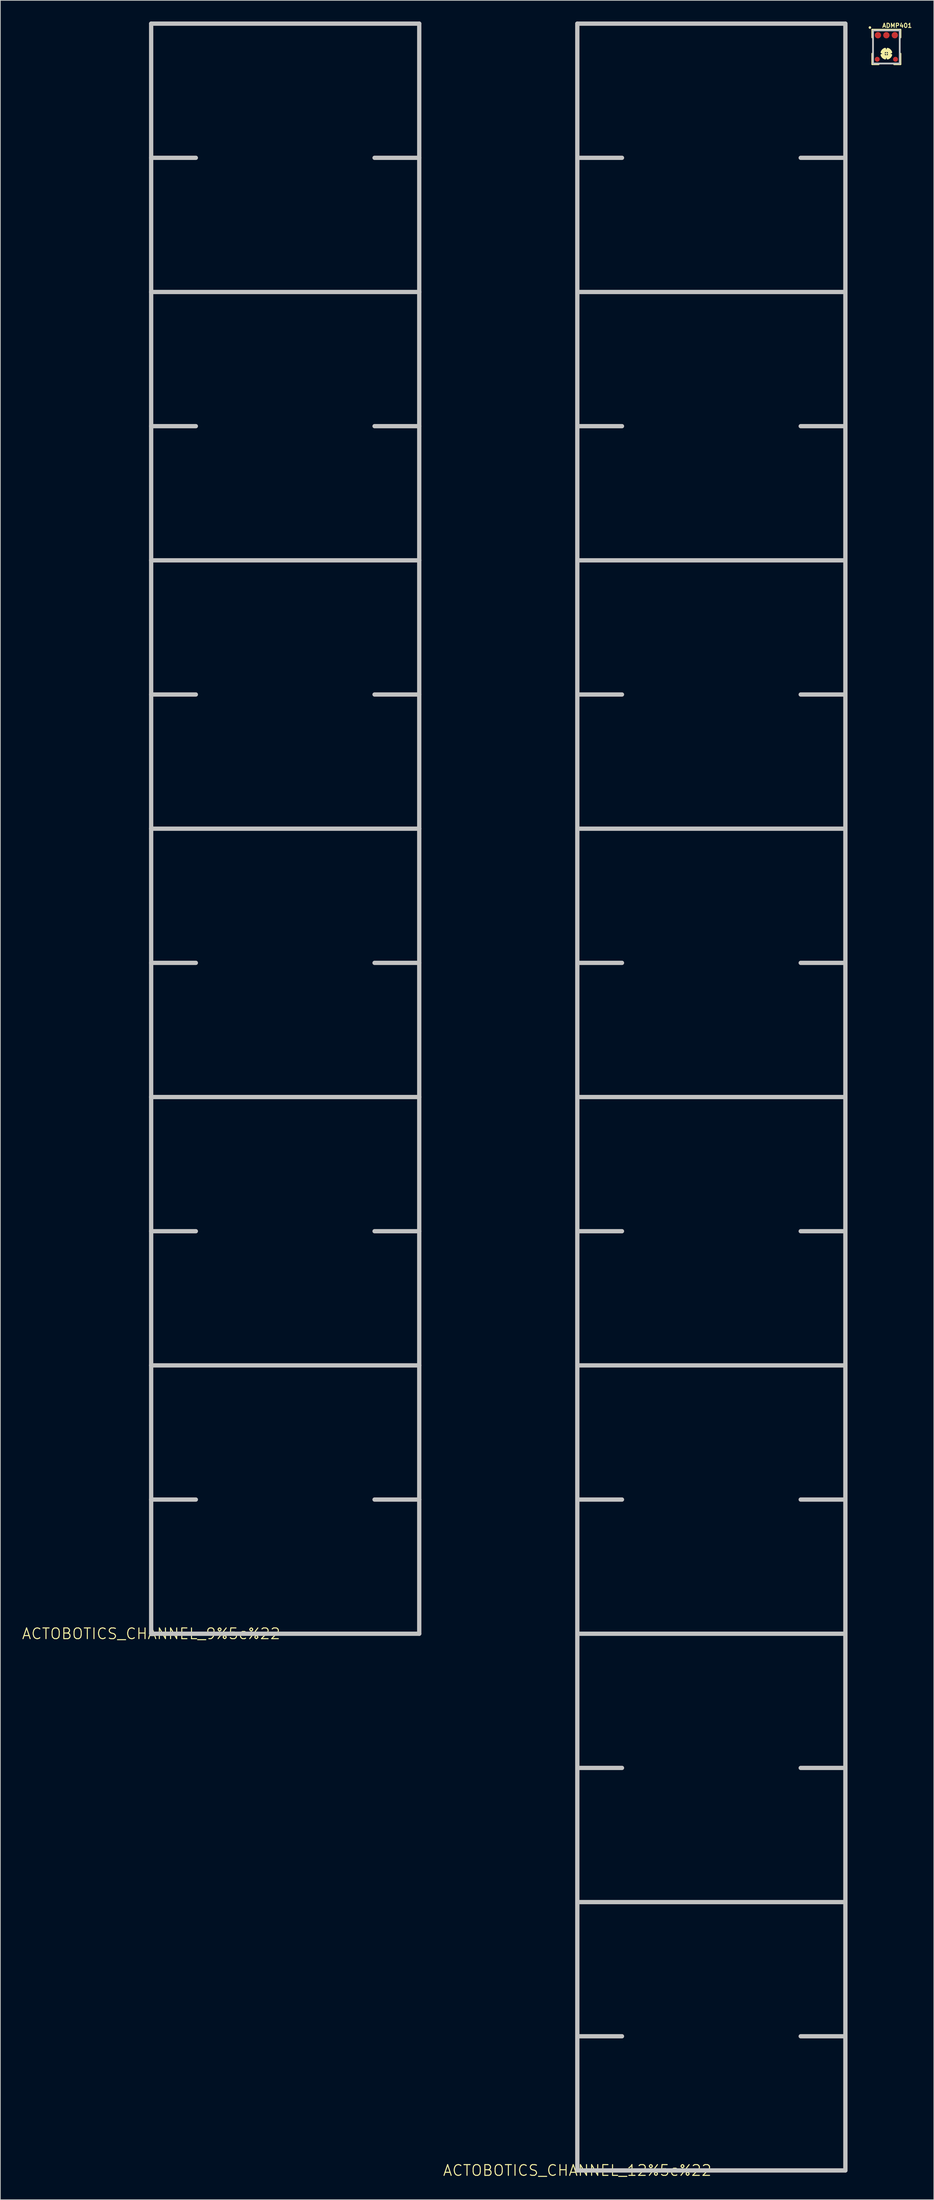
<source format=kicad_pcb>
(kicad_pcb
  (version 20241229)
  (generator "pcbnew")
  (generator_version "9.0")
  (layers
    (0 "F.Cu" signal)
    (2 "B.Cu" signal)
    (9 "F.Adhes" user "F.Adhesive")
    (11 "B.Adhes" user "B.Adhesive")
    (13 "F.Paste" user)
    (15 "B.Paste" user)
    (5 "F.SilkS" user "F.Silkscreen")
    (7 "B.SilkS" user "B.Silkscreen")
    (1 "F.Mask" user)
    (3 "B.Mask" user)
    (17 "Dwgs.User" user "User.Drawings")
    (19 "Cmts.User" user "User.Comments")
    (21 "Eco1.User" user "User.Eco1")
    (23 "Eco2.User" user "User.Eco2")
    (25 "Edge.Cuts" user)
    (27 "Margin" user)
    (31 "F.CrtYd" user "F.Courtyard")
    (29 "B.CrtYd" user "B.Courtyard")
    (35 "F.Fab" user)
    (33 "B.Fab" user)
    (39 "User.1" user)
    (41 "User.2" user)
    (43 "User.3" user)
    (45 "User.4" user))
  (footprint "ACTOBOTICS_CHANNEL_9%5c%22"
    (layer "F.Cu")
    (at 18.433 228.905)
    (property "Reference" "ACTOBOTICS_CHANNEL_9%5c%22" (at 0 0 0) (layer "F.SilkS") (effects (font (size 1.524 1.524) (thickness 0.15))))
    (attr exclude_from_pos_files exclude_from_bom)
    (fp_line (start 0 -228.6) (end 0 -190.5) (stroke (width 0.61) (type solid)) (layer "Dwgs.User"))
    (fp_line (start 0 -209.55) (end 6.35 -209.55) (stroke (width 0.61) (type solid)) (layer "Dwgs.User"))
    (fp_line (start 0 -190.5) (end 0 -152.4) (stroke (width 0.61) (type solid)) (layer "Dwgs.User"))
    (fp_line (start 0 -190.5) (end 38.1 -190.5) (stroke (width 0.61) (type solid)) (layer "Dwgs.User"))
    (fp_line (start 0 -171.45) (end 6.35 -171.45) (stroke (width 0.61) (type solid)) (layer "Dwgs.User"))
    (fp_line (start 0 -152.4) (end 0 -114.3) (stroke (width 0.61) (type solid)) (layer "Dwgs.User"))
    (fp_line (start 0 -152.4) (end 38.1 -152.4) (stroke (width 0.61) (type solid)) (layer "Dwgs.User"))
    (fp_line (start 0 -133.35) (end 6.35 -133.35) (stroke (width 0.61) (type solid)) (layer "Dwgs.User"))
    (fp_line (start 0 -114.3) (end 0 -76.2) (stroke (width 0.61) (type solid)) (layer "Dwgs.User"))
    (fp_line (start 0 -114.3) (end 38.1 -114.3) (stroke (width 0.61) (type solid)) (layer "Dwgs.User"))
    (fp_line (start 0 -95.25) (end 6.35 -95.25) (stroke (width 0.61) (type solid)) (layer "Dwgs.User"))
    (fp_line (start 0 -76.2) (end 0 -57.15) (stroke (width 0.61) (type solid)) (layer "Dwgs.User"))
    (fp_line (start 0 -76.2) (end 38.1 -76.2) (stroke (width 0.61) (type solid)) (layer "Dwgs.User"))
    (fp_line (start 0 -57.15) (end 0 -38.1) (stroke (width 0.61) (type solid)) (layer "Dwgs.User"))
    (fp_line (start 0 -57.15) (end 6.35 -57.15) (stroke (width 0.61) (type solid)) (layer "Dwgs.User"))
    (fp_line (start 0 -38.1) (end 0 -19.05) (stroke (width 0.61) (type solid)) (layer "Dwgs.User"))
    (fp_line (start 0 -38.1) (end 38.1 -38.1) (stroke (width 0.61) (type solid)) (layer "Dwgs.User"))
    (fp_line (start 0 -19.05) (end 0 0) (stroke (width 0.61) (type solid)) (layer "Dwgs.User"))
    (fp_line (start 0 -19.05) (end 6.35 -19.05) (stroke (width 0.61) (type solid)) (layer "Dwgs.User"))
    (fp_line (start 0 0) (end 38.1 0) (stroke (width 0.61) (type solid)) (layer "Dwgs.User"))
    (fp_line (start 38.1 -228.6) (end 0 -228.6) (stroke (width 0.61) (type solid)) (layer "Dwgs.User"))
    (fp_line (start 38.1 -209.55) (end 31.75 -209.55) (stroke (width 0.61) (type solid)) (layer "Dwgs.User"))
    (fp_line (start 38.1 -190.5) (end 38.1 -228.6) (stroke (width 0.61) (type solid)) (layer "Dwgs.User"))
    (fp_line (start 38.1 -171.45) (end 31.75 -171.45) (stroke (width 0.61) (type solid)) (layer "Dwgs.User"))
    (fp_line (start 38.1 -152.4) (end 38.1 -190.5) (stroke (width 0.61) (type solid)) (layer "Dwgs.User"))
    (fp_line (start 38.1 -133.35) (end 31.75 -133.35) (stroke (width 0.61) (type solid)) (layer "Dwgs.User"))
    (fp_line (start 38.1 -114.3) (end 38.1 -152.4) (stroke (width 0.61) (type solid)) (layer "Dwgs.User"))
    (fp_line (start 38.1 -95.25) (end 31.75 -95.25) (stroke (width 0.61) (type solid)) (layer "Dwgs.User"))
    (fp_line (start 38.1 -76.2) (end 38.1 -114.3) (stroke (width 0.61) (type solid)) (layer "Dwgs.User"))
    (fp_line (start 38.1 -57.15) (end 31.75 -57.15) (stroke (width 0.61) (type solid)) (layer "Dwgs.User"))
    (fp_line (start 38.1 -57.15) (end 38.1 -76.2) (stroke (width 0.61) (type solid)) (layer "Dwgs.User"))
    (fp_line (start 38.1 -38.1) (end 38.1 -57.15) (stroke (width 0.61) (type solid)) (layer "Dwgs.User"))
    (fp_line (start 38.1 -19.05) (end 31.75 -19.05) (stroke (width 0.61) (type solid)) (layer "Dwgs.User"))
    (fp_line (start 38.1 -19.05) (end 38.1 -38.1) (stroke (width 0.61) (type solid)) (layer "Dwgs.User"))
    (fp_line (start 38.1 0) (end 38.1 -19.05) (stroke (width 0.61) (type solid)) (layer "Dwgs.User")))
  (footprint "ACTOBOTICS_CHANNEL_12%5c%22"
    (layer "F.Cu")
    (at 78.997 305.105)
    (property "Reference" "ACTOBOTICS_CHANNEL_12%5c%22" (at 0 0 0) (layer "F.SilkS") (effects (font (size 1.524 1.524) (thickness 0.15))))
    (attr exclude_from_pos_files exclude_from_bom)
    (fp_line (start 0 -304.8) (end 0 -190.5) (stroke (width 0.61) (type solid)) (layer "Dwgs.User"))
    (fp_line (start 0 -285.75) (end 6.35 -285.75) (stroke (width 0.61) (type solid)) (layer "Dwgs.User"))
    (fp_line (start 0 -266.7) (end 38.1 -266.7) (stroke (width 0.61) (type solid)) (layer "Dwgs.User"))
    (fp_line (start 0 -247.65) (end 6.35 -247.65) (stroke (width 0.61) (type solid)) (layer "Dwgs.User"))
    (fp_line (start 0 -228.6) (end 38.1 -228.6) (stroke (width 0.61) (type solid)) (layer "Dwgs.User"))
    (fp_line (start 0 -209.55) (end 6.35 -209.55) (stroke (width 0.61) (type solid)) (layer "Dwgs.User"))
    (fp_line (start 0 -190.5) (end 0 -152.4) (stroke (width 0.61) (type solid)) (layer "Dwgs.User"))
    (fp_line (start 0 -190.5) (end 38.1 -190.5) (stroke (width 0.61) (type solid)) (layer "Dwgs.User"))
    (fp_line (start 0 -171.45) (end 6.35 -171.45) (stroke (width 0.61) (type solid)) (layer "Dwgs.User"))
    (fp_line (start 0 -152.4) (end 0 -114.3) (stroke (width 0.61) (type solid)) (layer "Dwgs.User"))
    (fp_line (start 0 -152.4) (end 38.1 -152.4) (stroke (width 0.61) (type solid)) (layer "Dwgs.User"))
    (fp_line (start 0 -133.35) (end 6.35 -133.35) (stroke (width 0.61) (type solid)) (layer "Dwgs.User"))
    (fp_line (start 0 -114.3) (end 0 -76.2) (stroke (width 0.61) (type solid)) (layer "Dwgs.User"))
    (fp_line (start 0 -114.3) (end 38.1 -114.3) (stroke (width 0.61) (type solid)) (layer "Dwgs.User"))
    (fp_line (start 0 -95.25) (end 6.35 -95.25) (stroke (width 0.61) (type solid)) (layer "Dwgs.User"))
    (fp_line (start 0 -76.2) (end 0 -57.15) (stroke (width 0.61) (type solid)) (layer "Dwgs.User"))
    (fp_line (start 0 -76.2) (end 38.1 -76.2) (stroke (width 0.61) (type solid)) (layer "Dwgs.User"))
    (fp_line (start 0 -57.15) (end 0 -38.1) (stroke (width 0.61) (type solid)) (layer "Dwgs.User"))
    (fp_line (start 0 -57.15) (end 6.35 -57.15) (stroke (width 0.61) (type solid)) (layer "Dwgs.User"))
    (fp_line (start 0 -38.1) (end 0 -19.05) (stroke (width 0.61) (type solid)) (layer "Dwgs.User"))
    (fp_line (start 0 -38.1) (end 38.1 -38.1) (stroke (width 0.61) (type solid)) (layer "Dwgs.User"))
    (fp_line (start 0 -19.05) (end 0 0) (stroke (width 0.61) (type solid)) (layer "Dwgs.User"))
    (fp_line (start 0 -19.05) (end 6.35 -19.05) (stroke (width 0.61) (type solid)) (layer "Dwgs.User"))
    (fp_line (start 0 0) (end 38.1 0) (stroke (width 0.61) (type solid)) (layer "Dwgs.User"))
    (fp_line (start 38.1 -304.8) (end 0 -304.8) (stroke (width 0.61) (type solid)) (layer "Dwgs.User"))
    (fp_line (start 38.1 -285.75) (end 31.75 -285.75) (stroke (width 0.61) (type solid)) (layer "Dwgs.User"))
    (fp_line (start 38.1 -247.65) (end 31.75 -247.65) (stroke (width 0.61) (type solid)) (layer "Dwgs.User"))
    (fp_line (start 38.1 -209.55) (end 31.75 -209.55) (stroke (width 0.61) (type solid)) (layer "Dwgs.User"))
    (fp_line (start 38.1 -190.5) (end 38.1 -304.8) (stroke (width 0.61) (type solid)) (layer "Dwgs.User"))
    (fp_line (start 38.1 -171.45) (end 31.75 -171.45) (stroke (width 0.61) (type solid)) (layer "Dwgs.User"))
    (fp_line (start 38.1 -152.4) (end 38.1 -190.5) (stroke (width 0.61) (type solid)) (layer "Dwgs.User"))
    (fp_line (start 38.1 -133.35) (end 31.75 -133.35) (stroke (width 0.61) (type solid)) (layer "Dwgs.User"))
    (fp_line (start 38.1 -114.3) (end 38.1 -152.4) (stroke (width 0.61) (type solid)) (layer "Dwgs.User"))
    (fp_line (start 38.1 -95.25) (end 31.75 -95.25) (stroke (width 0.61) (type solid)) (layer "Dwgs.User"))
    (fp_line (start 38.1 -76.2) (end 38.1 -114.3) (stroke (width 0.61) (type solid)) (layer "Dwgs.User"))
    (fp_line (start 38.1 -57.15) (end 31.75 -57.15) (stroke (width 0.61) (type solid)) (layer "Dwgs.User"))
    (fp_line (start 38.1 -57.15) (end 38.1 -76.2) (stroke (width 0.61) (type solid)) (layer "Dwgs.User"))
    (fp_line (start 38.1 -38.1) (end 38.1 -57.15) (stroke (width 0.61) (type solid)) (layer "Dwgs.User"))
    (fp_line (start 38.1 -19.05) (end 31.75 -19.05) (stroke (width 0.61) (type solid)) (layer "Dwgs.User"))
    (fp_line (start 38.1 -19.05) (end 38.1 -38.1) (stroke (width 0.61) (type solid)) (layer "Dwgs.User"))
    (fp_line (start 38.1 0) (end 38.1 -19.05) (stroke (width 0.61) (type solid)) (layer "Dwgs.User")))
  (footprint "ADMP401"
    (layer "F.Cu")
    (at 122.921 4.567)
    (property "Reference" "ADMP401" (at 1.524 -3.988 0) (layer "F.SilkS") (effects (font (size 0.61 0.61) (thickness 0.127))))
    (attr smd)
    (fp_circle (center 0 0) (end -0.348 0.348) (stroke (width 0.15) (type solid)) (fill no) (layer "B.Cu"))
    (fp_line (start -1.999 -3.399) (end 1.999 -3.399) (stroke (width 0.254) (type solid)) (layer "F.SilkS"))
    (fp_line (start -1.999 -2.299) (end -1.999 -3.399) (stroke (width 0.254) (type solid)) (layer "F.SilkS"))
    (fp_line (start -1.999 0) (end -1.999 1.499) (stroke (width 0.254) (type solid)) (layer "F.SilkS"))
    (fp_line (start -1.999 1.499) (end -1.1 1.499) (stroke (width 0.254) (type solid)) (layer "F.SilkS"))
    (fp_line (start -0.45 0) (end 0.45 0) (stroke (width 0.127) (type solid)) (layer "F.SilkS"))
    (fp_line (start 0 0.45) (end 0 -0.45) (stroke (width 0.127) (type solid)) (layer "F.SilkS"))
    (fp_line (start 1.1 1.499) (end 1.999 1.499) (stroke (width 0.254) (type solid)) (layer "F.SilkS"))
    (fp_line (start 1.999 -3.399) (end 1.999 -2.299) (stroke (width 0.254) (type solid)) (layer "F.SilkS"))
    (fp_line (start 1.999 1.499) (end 1.999 0) (stroke (width 0.254) (type solid)) (layer "F.SilkS"))
    (fp_arc (start -0.6731 -0.18288) (mid -0.492707 -0.491859) (end -0.186743 -0.677319) (stroke (width 0.29972) (type solid)) (layer "F.SilkS"))
    (fp_arc (start -0.18288 0.6731) (mid -0.491859 0.492707) (end -0.677319 0.186743) (stroke (width 0.29972) (type solid)) (layer "F.SilkS"))
    (fp_arc (start 0.18288 -0.6731) (mid 0.491859 -0.492707) (end 0.677319 -0.186743) (stroke (width 0.29972) (type solid)) (layer "F.SilkS"))
    (fp_arc (start 0.6731 0.18288) (mid 0.492707 0.491859) (end 0.186743 0.677319) (stroke (width 0.29972) (type solid)) (layer "F.SilkS"))
    (fp_circle (center -2.339 -3.708) (end -2.466 -3.835) (stroke (width 0) (type solid)) (fill yes) (layer "F.SilkS"))
    (fp_circle (center 0 0) (end -0.348 0.348) (stroke (width 0.249) (type solid)) (fill no) (layer "F.SilkS"))
    (fp_circle (center 0 0) (end -0.224 0.224) (stroke (width 0.127) (type solid)) (fill no) (layer "F.SilkS"))
    (fp_line (start -1.9 -3.299) (end -1.9 1.4) (stroke (width 0.254) (type solid)) (layer "Dwgs.User"))
    (fp_line (start -1.9 1.4) (end 1.9 1.4) (stroke (width 0.254) (type solid)) (layer "Dwgs.User"))
    (fp_line (start 1.9 -3.299) (end -1.9 -3.299) (stroke (width 0.254) (type solid)) (layer "Dwgs.User"))
    (fp_line (start 1.9 1.4) (end 1.9 -3.299) (stroke (width 0.254) (type solid)) (layer "Dwgs.User"))
    (pad "1" smd circle (at -1.199 -2.619) (size 0.899 0.899) (layers "F.Cu" "F.Mask" "F.Paste"))
    (pad "2" smd circle (at 1.298 0.798) (size 0.699 0.699) (layers "F.Cu" "F.Mask" "F.Paste"))
    (pad "4" smd circle (at -1.298 0.798) (size 0.699 0.699) (layers "F.Cu" "F.Mask" "F.Paste"))
    (pad "5" smd circle (at 1.199 -2.619) (size 0.899 0.899) (layers "F.Cu" "F.Mask" "F.Paste"))
    (pad "6" smd circle (at 0 -2.619) (size 0.899 0.899) (layers "F.Cu" "F.Mask" "F.Paste")))
  (gr_rect
    (start -3 -3)
    (end 129.664 309.26)
    (stroke (width 0.1) (type default))
    (fill no)
    (layer "Edge.Cuts")))
</source>
